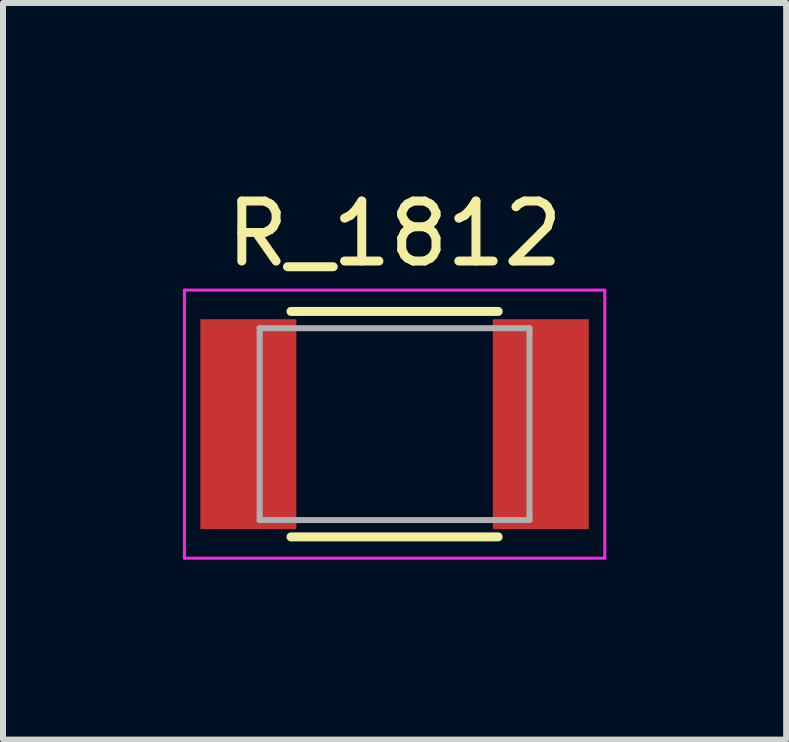
<source format=kicad_pcb>
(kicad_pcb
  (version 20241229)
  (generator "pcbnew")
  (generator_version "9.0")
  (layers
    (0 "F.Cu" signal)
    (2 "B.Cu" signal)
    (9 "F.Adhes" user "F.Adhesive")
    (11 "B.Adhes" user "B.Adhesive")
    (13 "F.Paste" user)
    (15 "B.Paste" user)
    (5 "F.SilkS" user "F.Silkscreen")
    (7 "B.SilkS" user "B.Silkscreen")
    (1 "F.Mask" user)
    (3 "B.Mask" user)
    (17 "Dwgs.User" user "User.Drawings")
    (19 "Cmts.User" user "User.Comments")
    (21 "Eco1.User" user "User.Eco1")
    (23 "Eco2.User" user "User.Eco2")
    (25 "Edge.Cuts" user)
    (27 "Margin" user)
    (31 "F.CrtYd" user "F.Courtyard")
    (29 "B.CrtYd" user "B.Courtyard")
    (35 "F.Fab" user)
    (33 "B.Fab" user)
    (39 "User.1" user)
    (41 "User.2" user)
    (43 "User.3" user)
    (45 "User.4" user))
  (footprint "R_1812"
    (layer "F.Cu")
    (at 3.53 4.023)
    (property "Reference" "R_1812" (at 0 -3.175 0) (layer "F.SilkS") (effects (font (size 1 1) (thickness 0.15))))
    (attr smd)
    (fp_line (start -1.727 -1.88) (end 1.727 -1.88) (stroke (width 0.15) (type solid)) (layer "F.SilkS"))
    (fp_line (start -1.727 1.88) (end 1.727 1.88) (stroke (width 0.15) (type solid)) (layer "F.SilkS"))
    (fp_line (start -3.505 -2.235) (end 3.505 -2.235) (stroke (width 0.05) (type solid)) (layer "F.CrtYd"))
    (fp_line (start -3.505 2.235) (end -3.505 -2.235) (stroke (width 0.05) (type solid)) (layer "F.CrtYd"))
    (fp_line (start 3.505 -2.235) (end 3.505 2.235) (stroke (width 0.05) (type solid)) (layer "F.CrtYd"))
    (fp_line (start 3.505 2.235) (end -3.505 2.235) (stroke (width 0.05) (type solid)) (layer "F.CrtYd"))
    (fp_line (start -2.25 -1.6) (end 2.25 -1.6) (stroke (width 0.1) (type solid)) (layer "F.Fab"))
    (fp_line (start -2.25 1.6) (end -2.25 -1.6) (stroke (width 0.1) (type solid)) (layer "F.Fab"))
    (fp_line (start 2.25 -1.6) (end 2.25 1.6) (stroke (width 0.1) (type solid)) (layer "F.Fab"))
    (fp_line (start 2.25 1.6) (end -2.25 1.6) (stroke (width 0.1) (type solid)) (layer "F.Fab"))
    (pad "1" smd rect (at -2.438 0) (size 1.6 3.5) (layers "F.Cu" "F.Mask" "F.Paste"))
    (pad "2" smd rect (at 2.438 0) (size 1.6 3.5) (layers "F.Cu" "F.Mask" "F.Paste")))
  (gr_rect
    (start -3 -3)
    (end 10.06 9.283)
    (stroke (width 0.1) (type default))
    (fill no)
    (layer "Edge.Cuts")))
</source>
